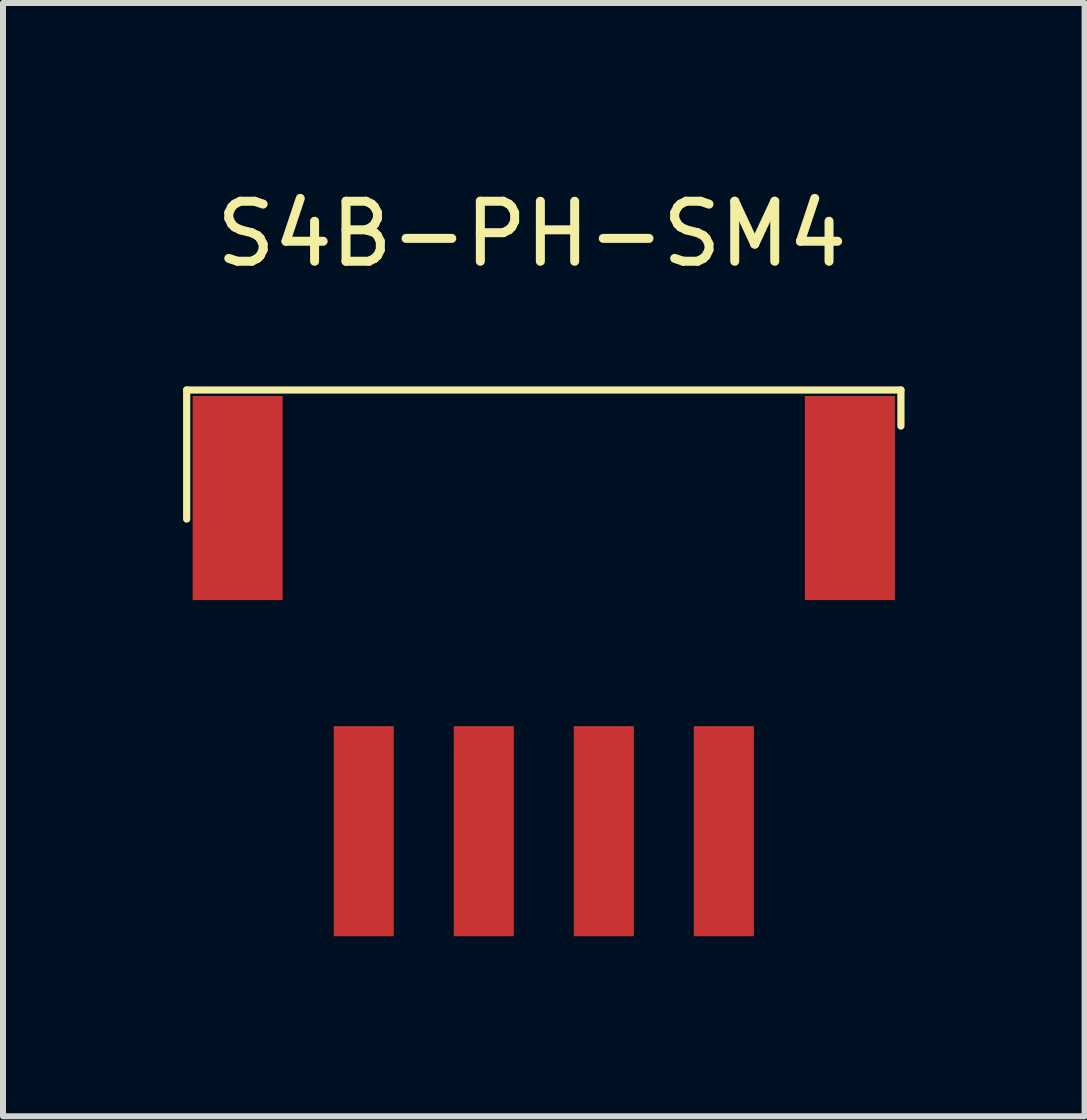
<source format=kicad_pcb>
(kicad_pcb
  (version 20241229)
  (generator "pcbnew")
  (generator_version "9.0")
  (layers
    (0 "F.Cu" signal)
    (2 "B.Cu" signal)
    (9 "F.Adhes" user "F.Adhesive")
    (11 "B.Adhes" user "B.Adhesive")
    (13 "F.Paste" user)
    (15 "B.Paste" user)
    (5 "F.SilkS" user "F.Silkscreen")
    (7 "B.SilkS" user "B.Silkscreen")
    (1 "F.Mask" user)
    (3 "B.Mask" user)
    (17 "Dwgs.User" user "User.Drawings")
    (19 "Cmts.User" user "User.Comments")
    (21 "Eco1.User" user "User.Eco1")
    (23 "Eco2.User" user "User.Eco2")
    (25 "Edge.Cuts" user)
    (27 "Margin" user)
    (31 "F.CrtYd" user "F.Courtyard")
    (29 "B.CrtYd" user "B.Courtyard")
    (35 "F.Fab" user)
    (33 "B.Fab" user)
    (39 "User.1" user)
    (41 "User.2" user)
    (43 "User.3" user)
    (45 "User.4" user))
  (footprint "S4B-PH-SM4"
    (layer "F.Cu")
    (at 6.01 5.248)
    (property "Reference" "S4B-PH-SM4" (at -0.2 -4.4 0) (unlocked yes) (layer "F.SilkS") (effects (font (size 1 1) (thickness 0.15))))
    (attr smd)
    (fp_line (start -5.95 -1.8) (end 5.95 -1.8) (stroke (width 0.12) (type solid)) (layer "F.SilkS"))
    (fp_line (start -5.95 0.35) (end -5.95 -1.8) (stroke (width 0.12) (type solid)) (layer "F.SilkS"))
    (fp_line (start 5.95 -1.8) (end 5.95 -1.2) (stroke (width 0.12) (type solid)) (layer "F.SilkS"))
    (pad "" smd rect (at -5.1 0) (size 1.5 3.4) (layers "F.Cu" "F.Mask" "F.Paste"))
    (pad "" smd rect (at 5.1 0) (size 1.5 3.4) (layers "F.Cu" "F.Mask" "F.Paste"))
    (pad "1" smd rect (at -3 5.55) (size 1 3.5) (layers "F.Cu" "F.Mask" "F.Paste"))
    (pad "2" smd rect (at -1 5.55) (size 1 3.5) (layers "F.Cu" "F.Mask" "F.Paste"))
    (pad "3" smd rect (at 1 5.55) (size 1 3.5) (layers "F.Cu" "F.Mask" "F.Paste"))
    (pad "4" smd rect (at 3 5.55) (size 1 3.5) (layers "F.Cu" "F.Mask" "F.Paste")))
  (gr_rect
    (start -3 -3)
    (end 15.02 15.548)
    (stroke (width 0.1) (type default))
    (fill no)
    (layer "Edge.Cuts")))
</source>
